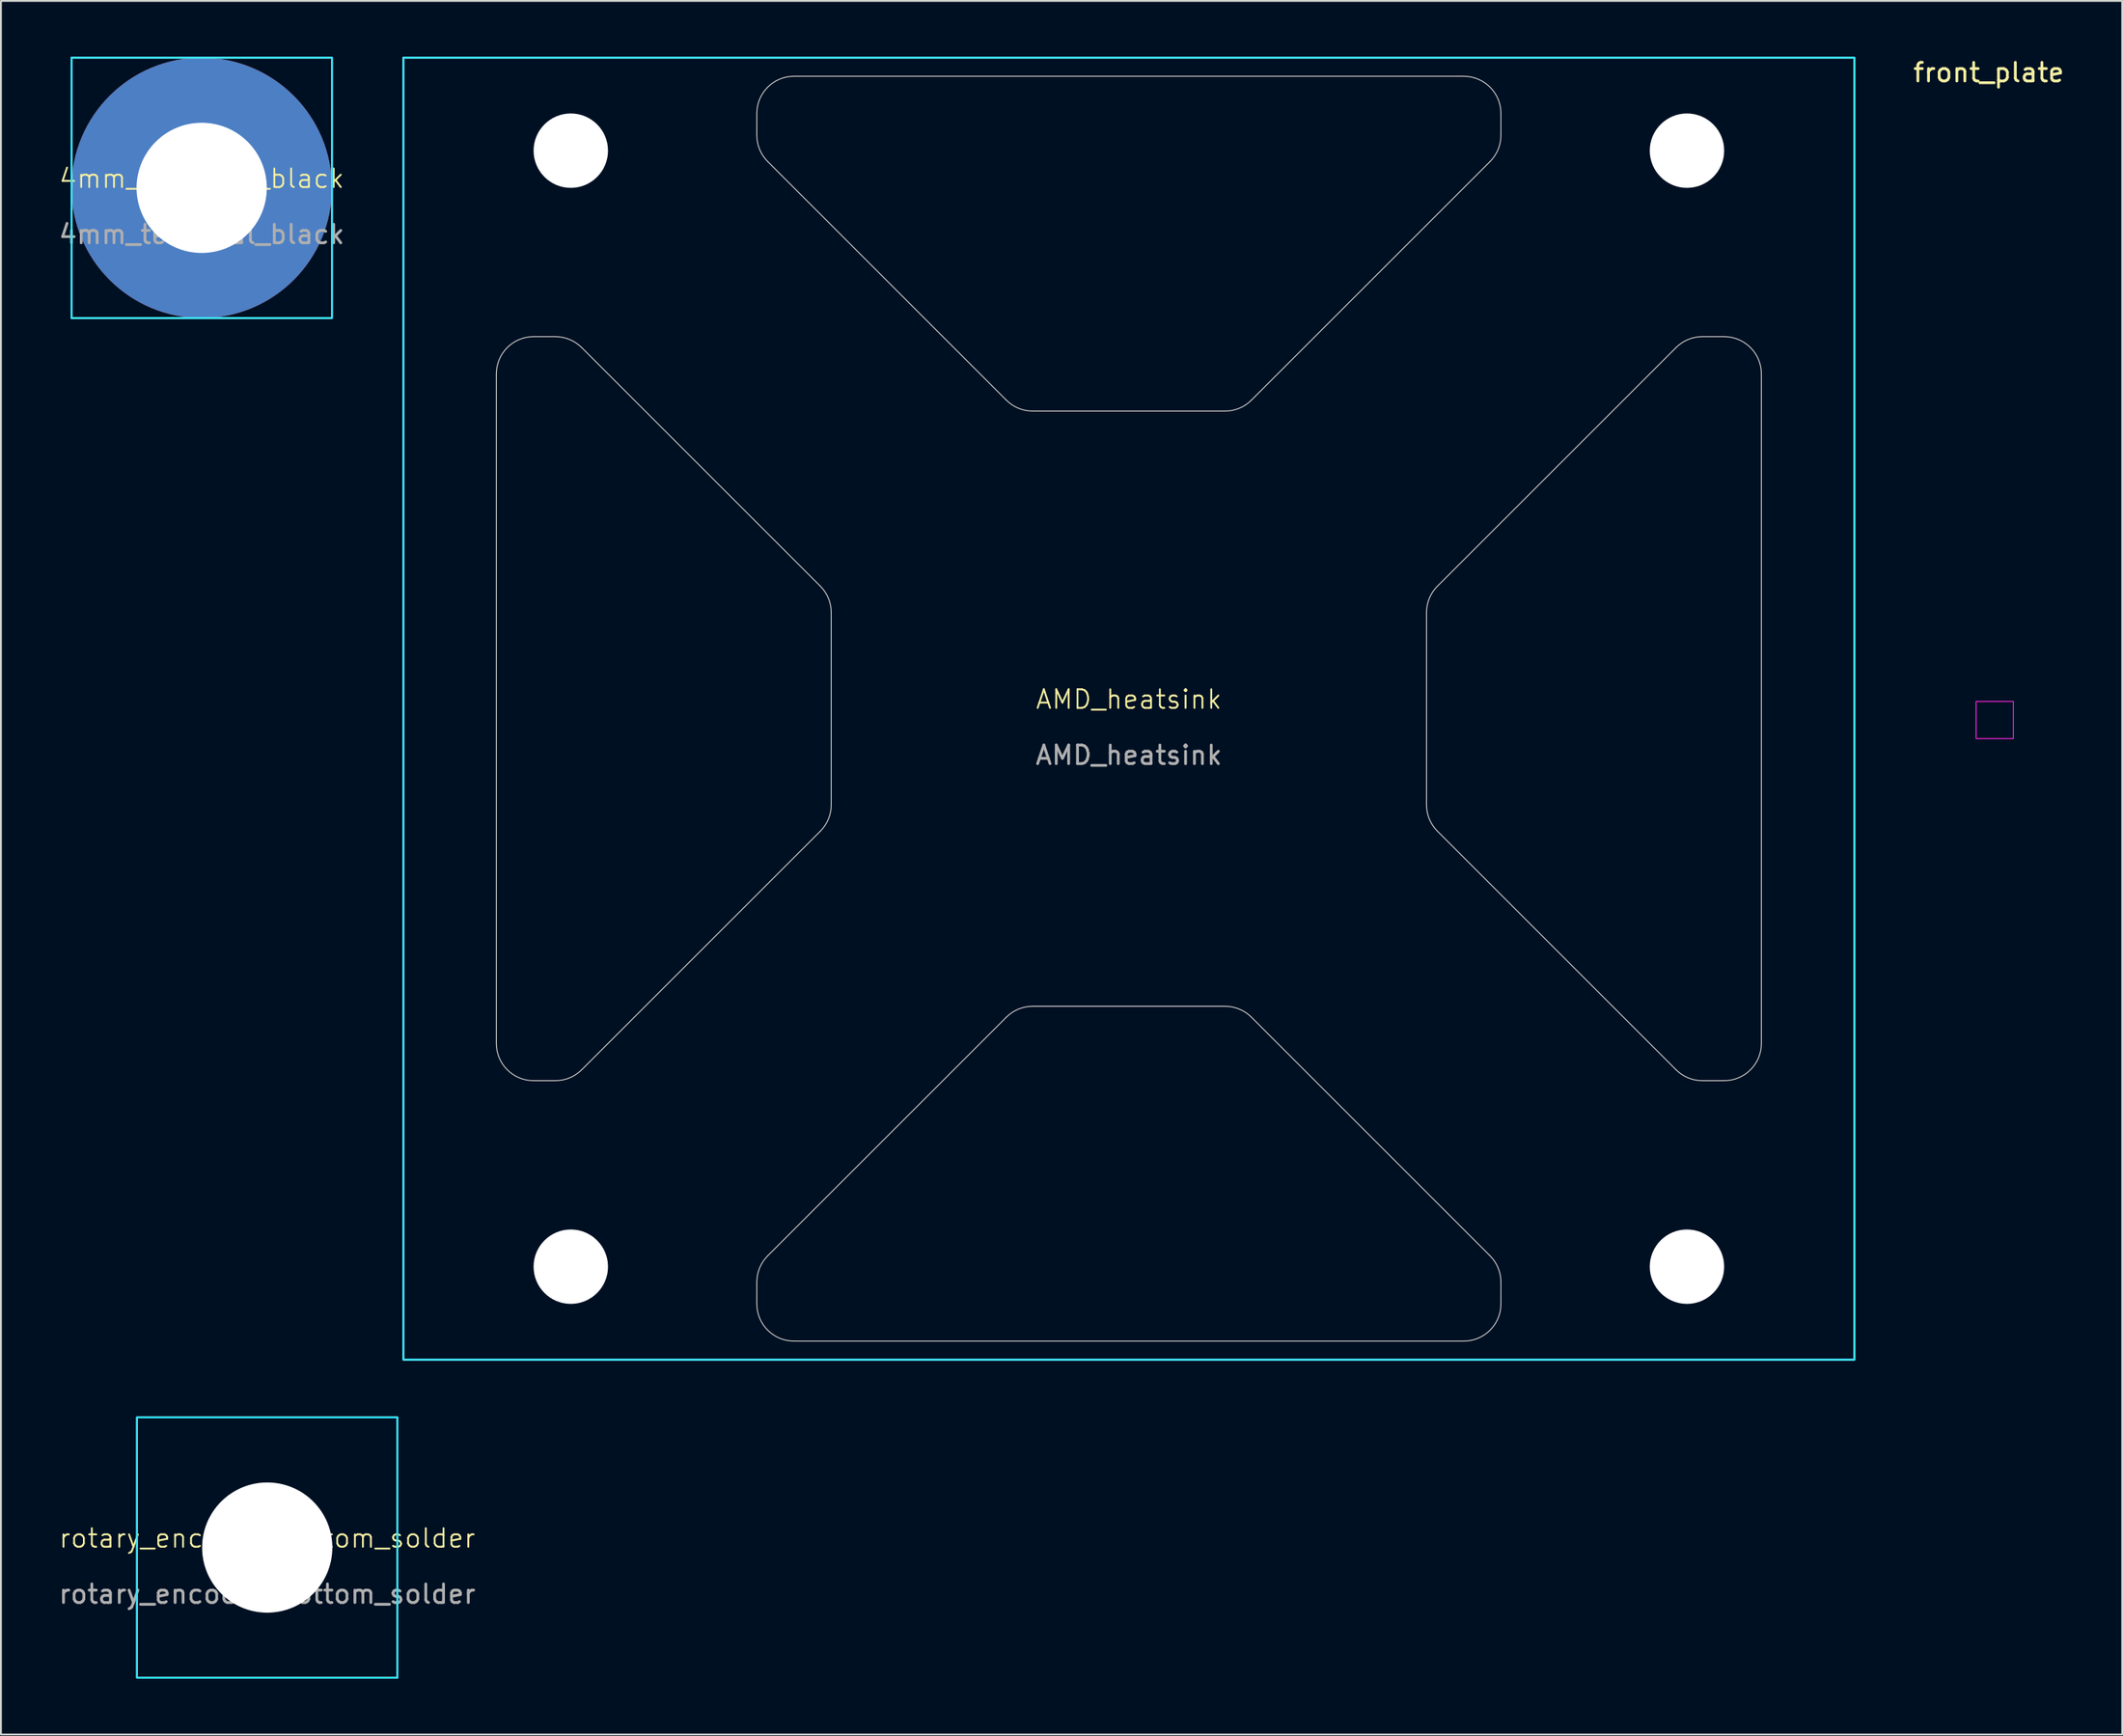
<source format=kicad_pcb>
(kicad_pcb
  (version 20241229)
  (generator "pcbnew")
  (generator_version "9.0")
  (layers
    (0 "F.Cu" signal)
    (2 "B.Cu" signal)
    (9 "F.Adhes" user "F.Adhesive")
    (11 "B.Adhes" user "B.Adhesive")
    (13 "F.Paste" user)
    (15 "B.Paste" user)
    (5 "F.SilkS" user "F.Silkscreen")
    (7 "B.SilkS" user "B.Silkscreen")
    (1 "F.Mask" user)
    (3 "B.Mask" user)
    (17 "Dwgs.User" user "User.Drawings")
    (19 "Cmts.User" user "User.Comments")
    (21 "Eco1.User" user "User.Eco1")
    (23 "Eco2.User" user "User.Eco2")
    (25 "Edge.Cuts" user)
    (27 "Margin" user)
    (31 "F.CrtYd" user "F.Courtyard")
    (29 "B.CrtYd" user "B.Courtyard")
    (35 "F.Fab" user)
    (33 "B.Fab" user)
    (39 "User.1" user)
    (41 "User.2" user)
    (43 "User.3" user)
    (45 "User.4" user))
  (footprint "rotary_encoder_bottom_solder"
    (layer "F.Cu")
    (at 11.315 80.15)
    (property "Reference" "rotary_encoder_bottom_solder" (at 0 -0.5 0) (unlocked yes) (layer "F.SilkS") (effects (font (size 1 1) (thickness 0.1))))
    (attr smd)
    (fp_rect (start -7 -7) (end 7 7) (stroke (width 0.1) (type default)) (fill no) (layer "B.SilkS"))
    (fp_rect (start -7 -7) (end 7 7) (stroke (width 0.1) (type default)) (fill no) (layer "B.CrtYd"))
    (fp_text user "${REFERENCE}" (at 0 2.5 0) (unlocked yes) (layer "F.Fab") (effects (font (size 1 1) (thickness 0.15))))
    (pad "" np_thru_hole circle (at 0 0) (size 7 7) (drill 7) (layers "*.Cu" "*.Mask")))
  (footprint "4mm_terminal_black"
    (layer "F.Cu")
    (at 7.792 7.05)
    (property "Reference" "4mm_terminal_black" (at 0 -0.5 0) (unlocked yes) (layer "F.SilkS") (effects (font (size 1 1) (thickness 0.1))))
    (attr smd)
    (fp_rect (start -7 -7) (end 7 7) (stroke (width 0.1) (type default)) (fill no) (layer "B.SilkS"))
    (fp_rect (start -7 -7) (end 7 7) (stroke (width 0.1) (type default)) (fill no) (layer "B.CrtYd"))
    (fp_text user "${REFERENCE}" (at 0 2.5 0) (unlocked yes) (layer "F.Fab") (effects (font (size 1 1) (thickness 0.15))))
    (pad "1" thru_hole circle (at 0 0) (size 14 14) (drill 7) (layers "*.Cu" "*.Mask")))
  (footprint "front_plate"
    (layer "F.Cu")
    (at 104.177 35.659)
    (property "Reference" "front_plate" (at -0.321 -34.811 0) (layer "F.SilkS") (effects (font (size 1 1) (thickness 0.15))))
    (attr through_hole)
    (fp_rect (start -1 -1) (end 1 1) (stroke (width 0.05) (type default)) (fill no) (layer "F.CrtYd")))
  (footprint "AMD_heatsink"
    (layer "F.Cu")
    (at 57.633 35.05)
    (property "Reference" "AMD_heatsink" (at 0 -0.5 0) (unlocked yes) (layer "F.SilkS") (effects (font (size 1 1) (thickness 0.1))))
    (attr smd)
    (fp_rect (start -39 -35) (end 39 35) (stroke (width 0.1) (type default)) (fill no) (layer "B.SilkS"))
    (fp_line (start -34 18) (end -34 -18) (stroke (width 0.05) (type default)) (layer "Edge.Cuts"))
    (fp_line (start -32 -20) (end -30.828 -20) (stroke (width 0.05) (type default)) (layer "Edge.Cuts"))
    (fp_line (start -30.828 20) (end -32 20) (stroke (width 0.05) (type default)) (layer "Edge.Cuts"))
    (fp_line (start -29.414 -19.414) (end -16.586 -6.586) (stroke (width 0.05) (type default)) (layer "Edge.Cuts"))
    (fp_line (start -20 -30.828) (end -20 -32) (stroke (width 0.05) (type default)) (layer "Edge.Cuts"))
    (fp_line (start -20 32) (end -20 30.828) (stroke (width 0.05) (type default)) (layer "Edge.Cuts"))
    (fp_line (start -19.414 29.414) (end -6.586 16.586) (stroke (width 0.05) (type default)) (layer "Edge.Cuts"))
    (fp_line (start -18 -34) (end 18 -34) (stroke (width 0.05) (type default)) (layer "Edge.Cuts"))
    (fp_line (start -16.586 6.586) (end -29.414 19.414) (stroke (width 0.05) (type default)) (layer "Edge.Cuts"))
    (fp_line (start -16 -5.172) (end -16 5.172) (stroke (width 0.05) (type default)) (layer "Edge.Cuts"))
    (fp_line (start -6.586 -16.586) (end -19.414 -29.414) (stroke (width 0.05) (type default)) (layer "Edge.Cuts"))
    (fp_line (start -5.172 16) (end 5.172 16) (stroke (width 0.05) (type default)) (layer "Edge.Cuts"))
    (fp_line (start 5.172 -16) (end -5.172 -16) (stroke (width 0.05) (type default)) (layer "Edge.Cuts"))
    (fp_line (start 6.586 16.586) (end 19.414 29.414) (stroke (width 0.05) (type default)) (layer "Edge.Cuts"))
    (fp_line (start 16 5.172) (end 16 -5.172) (stroke (width 0.05) (type default)) (layer "Edge.Cuts"))
    (fp_line (start 16.586 -6.586) (end 29.414 -19.414) (stroke (width 0.05) (type default)) (layer "Edge.Cuts"))
    (fp_line (start 18 34) (end -18 34) (stroke (width 0.05) (type default)) (layer "Edge.Cuts"))
    (fp_line (start 19.414 -29.414) (end 6.586 -16.586) (stroke (width 0.05) (type default)) (layer "Edge.Cuts"))
    (fp_line (start 20 -32) (end 20 -30.828) (stroke (width 0.05) (type default)) (layer "Edge.Cuts"))
    (fp_line (start 20 30.828) (end 20 32) (stroke (width 0.05) (type default)) (layer "Edge.Cuts"))
    (fp_line (start 29.414 19.414) (end 16.586 6.586) (stroke (width 0.05) (type default)) (layer "Edge.Cuts"))
    (fp_line (start 30.828 -20) (end 32 -20) (stroke (width 0.05) (type default)) (layer "Edge.Cuts"))
    (fp_line (start 32 20) (end 30.828 20) (stroke (width 0.05) (type default)) (layer "Edge.Cuts"))
    (fp_line (start 34 -18) (end 34 18) (stroke (width 0.05) (type default)) (layer "Edge.Cuts"))
    (fp_arc (start -34 -18) (mid -33.414214 -19.414214) (end -32 -20) (stroke (width 0.05) (type default)) (layer "Edge.Cuts"))
    (fp_arc (start -32 20) (mid -33.414214 19.414214) (end -34 18) (stroke (width 0.05) (type default)) (layer "Edge.Cuts"))
    (fp_arc (start -30.828427 -20) (mid -30.06306 -19.847759) (end -29.414213 -19.414213) (stroke (width 0.05) (type default)) (layer "Edge.Cuts"))
    (fp_arc (start -29.414214 19.414214) (mid -30.06306 19.847759) (end -30.828427 20) (stroke (width 0.05) (type default)) (layer "Edge.Cuts"))
    (fp_arc (start -20 -32) (mid -19.414214 -33.414214) (end -18 -34) (stroke (width 0.05) (type default)) (layer "Edge.Cuts"))
    (fp_arc (start -20 30.828427) (mid -19.847759 30.06306) (end -19.414213 29.414213) (stroke (width 0.05) (type default)) (layer "Edge.Cuts"))
    (fp_arc (start -19.414214 -29.414214) (mid -19.847759 -30.06306) (end -20 -30.828427) (stroke (width 0.05) (type default)) (layer "Edge.Cuts"))
    (fp_arc (start -18 34) (mid -19.414214 33.414214) (end -20 32) (stroke (width 0.05) (type default)) (layer "Edge.Cuts"))
    (fp_arc (start -16.585786 -6.585786) (mid -16.152241 -5.93694) (end -16 -5.171573) (stroke (width 0.05) (type default)) (layer "Edge.Cuts"))
    (fp_arc (start -16 5.171573) (mid -16.152241 5.93694) (end -16.585787 6.585787) (stroke (width 0.05) (type default)) (layer "Edge.Cuts"))
    (fp_arc (start -6.585786 16.585786) (mid -5.93694 16.152241) (end -5.171573 16) (stroke (width 0.05) (type default)) (layer "Edge.Cuts"))
    (fp_arc (start -5.171573 -16) (mid -5.93694 -16.152241) (end -6.585787 -16.585787) (stroke (width 0.05) (type default)) (layer "Edge.Cuts"))
    (fp_arc (start 5.171573 16) (mid 5.93694 16.152242) (end 6.585787 16.585787) (stroke (width 0.05) (type default)) (layer "Edge.Cuts"))
    (fp_arc (start 6.585786 -16.585786) (mid 5.93694 -16.152241) (end 5.171573 -16) (stroke (width 0.05) (type default)) (layer "Edge.Cuts"))
    (fp_arc (start 16 -5.171573) (mid 16.152241 -5.93694) (end 16.585787 -6.585787) (stroke (width 0.05) (type default)) (layer "Edge.Cuts"))
    (fp_arc (start 16.585786 6.585786) (mid 16.15224 5.93694) (end 16 5.171573) (stroke (width 0.05) (type default)) (layer "Edge.Cuts"))
    (fp_arc (start 18 -34) (mid 19.414214 -33.414214) (end 20 -32) (stroke (width 0.05) (type default)) (layer "Edge.Cuts"))
    (fp_arc (start 19.414214 29.414214) (mid 19.847759 30.06306) (end 20 30.828427) (stroke (width 0.05) (type default)) (layer "Edge.Cuts"))
    (fp_arc (start 20 -30.828427) (mid 19.847768 -30.063054) (end 19.414213 -29.414213) (stroke (width 0.05) (type default)) (layer "Edge.Cuts"))
    (fp_arc (start 20 32) (mid 19.414214 33.414214) (end 18 34) (stroke (width 0.05) (type default)) (layer "Edge.Cuts"))
    (fp_arc (start 29.414214 -19.414214) (mid 30.06306 -19.847759) (end 30.828427 -20) (stroke (width 0.05) (type default)) (layer "Edge.Cuts"))
    (fp_arc (start 30.828427 20) (mid 30.06306 19.847759) (end 29.414213 19.414213) (stroke (width 0.05) (type default)) (layer "Edge.Cuts"))
    (fp_arc (start 32 -20) (mid 33.414214 -19.414214) (end 34 -18) (stroke (width 0.05) (type default)) (layer "Edge.Cuts"))
    (fp_arc (start 34 18) (mid 33.414214 19.414214) (end 32 20) (stroke (width 0.05) (type default)) (layer "Edge.Cuts"))
    (fp_rect (start -39 -35) (end 38.999 35) (stroke (width 0.1) (type default)) (fill no) (layer "B.CrtYd"))
    (fp_text user "${REFERENCE}" (at 0 2.5 0) (unlocked yes) (layer "F.Fab") (effects (font (size 1 1) (thickness 0.15))))
    (pad "" np_thru_hole circle (at -30 -30) (size 4 4) (drill 4) (layers "*.Cu" "*.Mask"))
    (pad "" np_thru_hole circle (at -30 30) (size 4 4) (drill 4) (layers "*.Cu" "*.Mask"))
    (pad "" np_thru_hole circle (at 30 -30) (size 4 4) (drill 4) (layers "*.Cu" "*.Mask"))
    (pad "" np_thru_hole circle (at 30 30) (size 4 4) (drill 4) (layers "*.Cu" "*.Mask")))
  (gr_rect
    (start -3 -3)
    (end 111.029 90.2)
    (stroke (width 0.1) (type default))
    (fill no)
    (layer "Edge.Cuts")))
</source>
